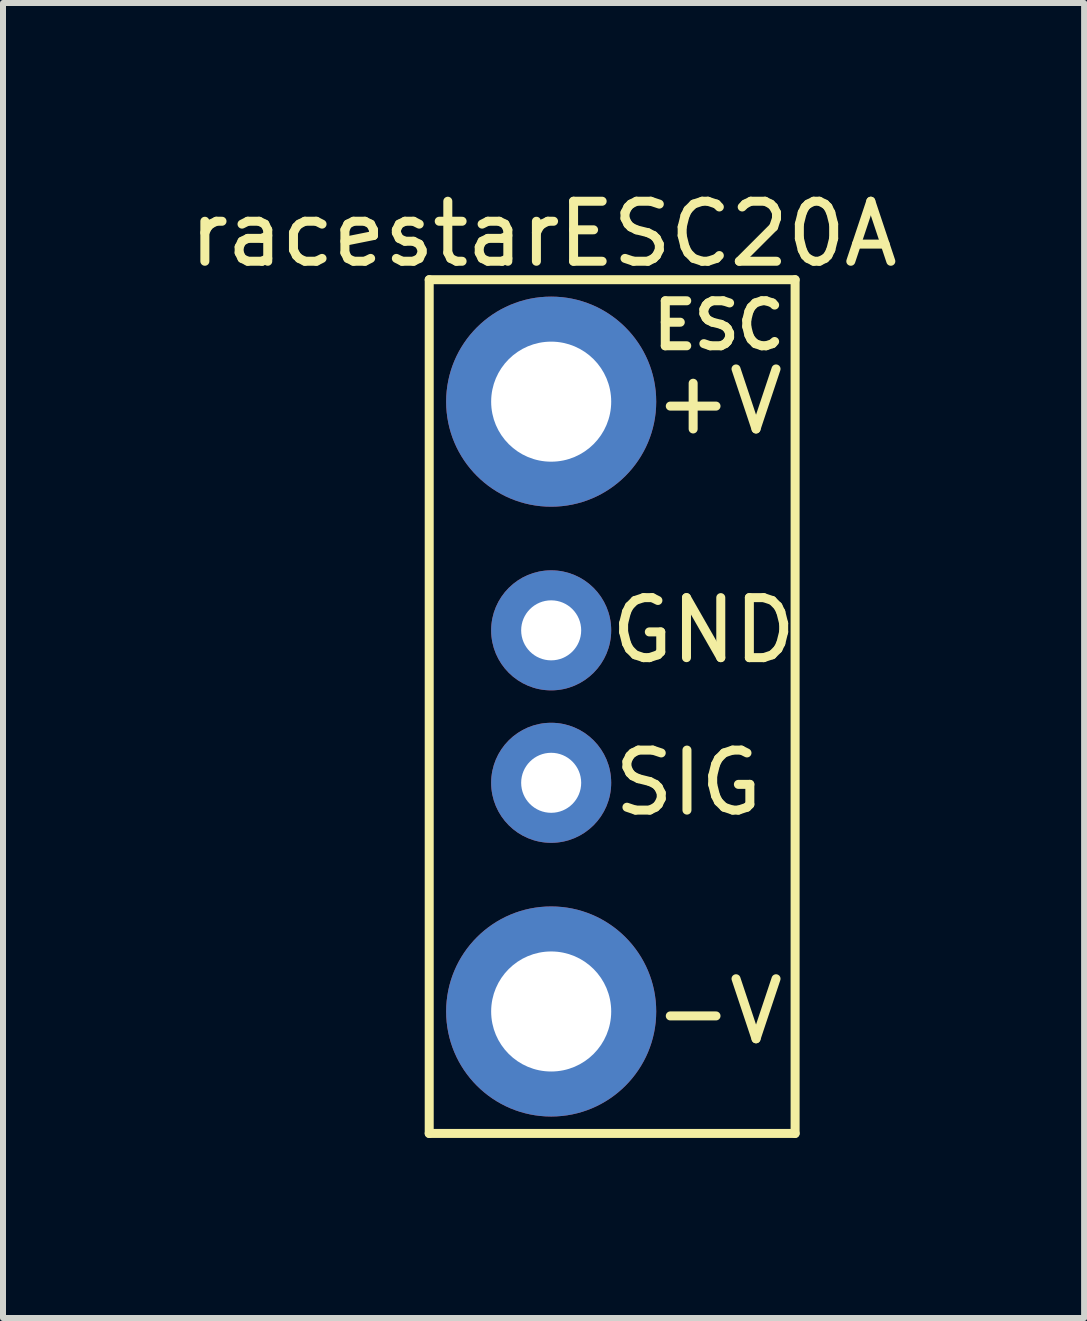
<source format=kicad_pcb>
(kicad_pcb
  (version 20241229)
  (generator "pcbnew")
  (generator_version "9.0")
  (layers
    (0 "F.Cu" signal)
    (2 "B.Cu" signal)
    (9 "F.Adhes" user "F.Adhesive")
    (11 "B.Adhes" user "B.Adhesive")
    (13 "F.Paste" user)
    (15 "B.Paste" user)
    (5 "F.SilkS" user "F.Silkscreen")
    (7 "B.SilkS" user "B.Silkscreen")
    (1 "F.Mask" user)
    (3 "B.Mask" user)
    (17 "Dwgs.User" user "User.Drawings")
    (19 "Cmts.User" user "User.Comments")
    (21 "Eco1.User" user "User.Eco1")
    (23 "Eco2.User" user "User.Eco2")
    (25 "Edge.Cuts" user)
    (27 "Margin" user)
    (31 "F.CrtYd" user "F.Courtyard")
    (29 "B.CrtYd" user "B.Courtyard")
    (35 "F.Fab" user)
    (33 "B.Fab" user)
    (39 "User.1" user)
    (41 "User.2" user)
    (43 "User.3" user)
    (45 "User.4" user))
  (footprint "racestarESC20A"
    (layer "F.Cu")
    (at 6.133 3.642)
    (property "Reference" "racestarESC20A" (at -0.127 -2.794 0) (layer "F.SilkS") (effects (font (size 1 1) (thickness 0.15))))
    (attr through_hole)
    (fp_line (start -2.032 -2.032) (end -2.032 12.192) (stroke (width 0.15) (type solid)) (layer "F.SilkS"))
    (fp_line (start -2.032 -2.032) (end 4.064 -2.032) (stroke (width 0.15) (type solid)) (layer "F.SilkS"))
    (fp_line (start -2.032 12.192) (end 4.064 12.192) (stroke (width 0.15) (type solid)) (layer "F.SilkS"))
    (fp_line (start 4.064 12.192) (end 4.064 -2.032) (stroke (width 0.15) (type solid)) (layer "F.SilkS"))
    (fp_text user "-V" (at 2.794 10.16 0) (layer "F.SilkS") (effects (font (size 1 1) (thickness 0.15))))
    (fp_text user "ESC" (at 2.794 -1.27 0) (layer "F.SilkS") (effects (font (size 0.75 0.75) (thickness 0.15))))
    (fp_text user "+V" (at 2.794 0 0) (layer "F.SilkS") (effects (font (size 1 1) (thickness 0.15))))
    (fp_text user "GND" (at 2.54 3.81 0) (layer "F.SilkS") (effects (font (size 1 1) (thickness 0.15))))
    (fp_text user "SIG" (at 2.286 6.35 0) (layer "F.SilkS") (effects (font (size 1 1) (thickness 0.15))))
    (pad "1" thru_hole circle (at 0 0) (size 3.5 3.5) (drill 2) (layers "*.Cu" "*.Mask"))
    (pad "2" thru_hole circle (at 0 3.81) (size 2 2) (drill 1) (layers "*.Cu" "*.Mask"))
    (pad "3" thru_hole circle (at 0 6.35) (size 2 2) (drill 1) (layers "*.Cu" "*.Mask"))
    (pad "4" thru_hole circle (at 0 10.16) (size 3.5 3.5) (drill 2) (layers "*.Cu" "*.Mask")))
  (gr_rect
    (start -3 -3)
    (end 15.012 18.909)
    (stroke (width 0.1) (type default))
    (fill no)
    (layer "Edge.Cuts")))
</source>
